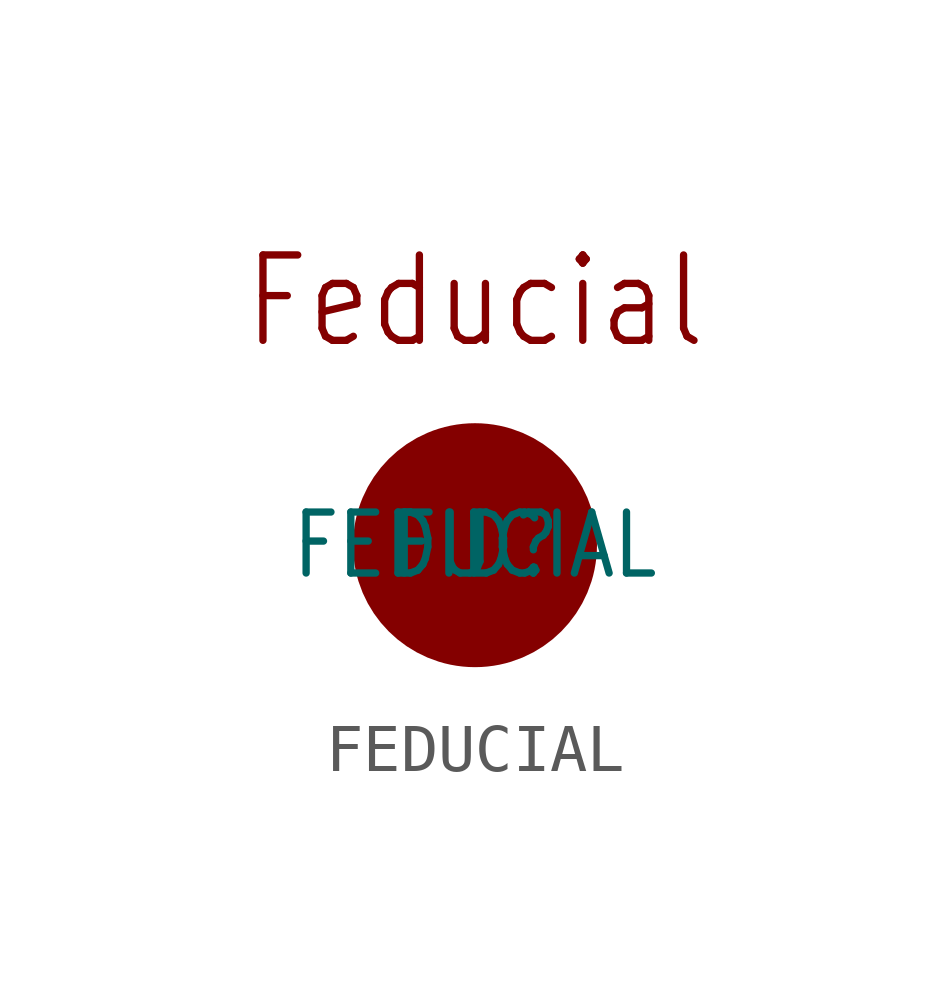
<source format=kicad_sym>
(kicad_symbol_lib
  (version 20211014)
  (generator kicad_symbol_editor)
  (symbol "FEDUCIAL"
    (pin_names
      (offset 1.016) hide)
    (property "Reference" "FID"
      (at 0 0 0)
      (effects (font (size 1.27 1.086))))
    (property "Value" "FEDUCIAL"
      (at 0 0 0)
      (effects (font (size 1.27 1.086))))
    (symbol "FEDUCIAL_0_0"
      (text "Feducial" (at 0.0 5.08 0) (effects (font (size 1.778 1.52)))))
    (symbol "FEDUCIAL_0_1"
      (circle (center 0 0) (radius 1.27) (stroke (width 2.54) (type default) (color 0 0 0 0))))
    (symbol "FEDUCIAL_1_1")))
</source>
